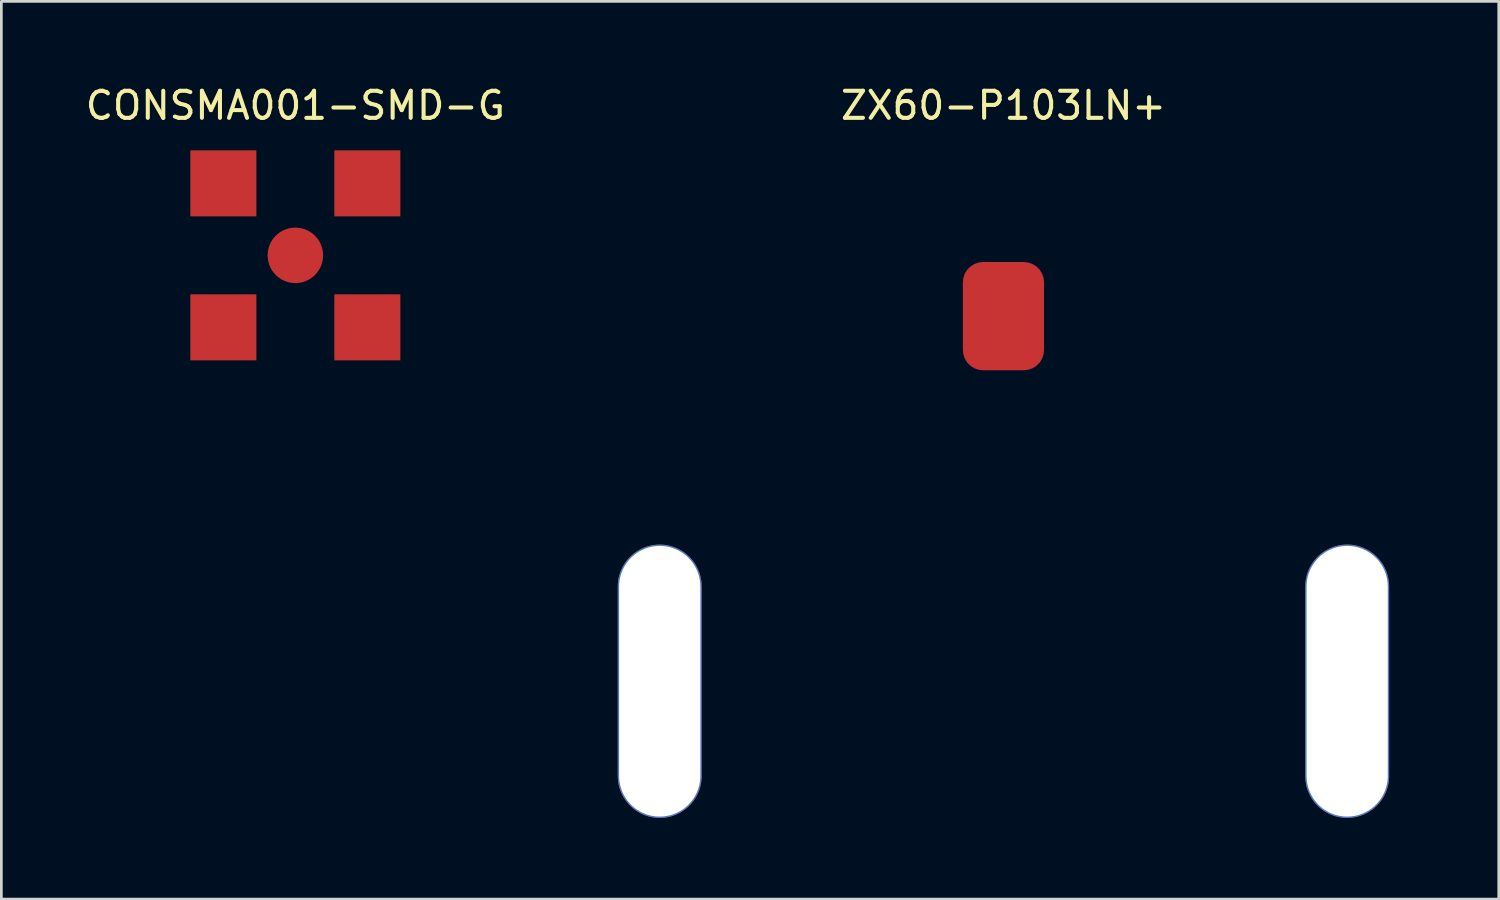
<source format=kicad_pcb>
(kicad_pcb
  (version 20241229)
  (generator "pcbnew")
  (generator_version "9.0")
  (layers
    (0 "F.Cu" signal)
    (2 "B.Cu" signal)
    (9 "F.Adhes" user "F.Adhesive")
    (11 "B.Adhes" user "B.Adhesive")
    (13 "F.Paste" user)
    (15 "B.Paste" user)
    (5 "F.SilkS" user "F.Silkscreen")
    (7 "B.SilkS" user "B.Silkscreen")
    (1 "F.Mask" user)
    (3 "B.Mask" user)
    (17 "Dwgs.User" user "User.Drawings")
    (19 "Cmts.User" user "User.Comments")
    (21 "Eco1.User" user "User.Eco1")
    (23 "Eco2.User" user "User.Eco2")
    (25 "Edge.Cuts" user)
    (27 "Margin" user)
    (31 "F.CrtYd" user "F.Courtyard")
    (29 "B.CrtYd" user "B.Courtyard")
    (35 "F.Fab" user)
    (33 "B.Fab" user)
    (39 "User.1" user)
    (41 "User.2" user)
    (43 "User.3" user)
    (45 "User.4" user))
  (footprint "CONSMA001-SMD-G"
    (layer "F.Cu")
    (at 7.863 6.385)
    (property "Reference" "CONSMA001-SMD-G" (at 0 -5.536 0) (layer "F.SilkS") (effects (font (size 1 1) (thickness 0.15))))
    (attr through_hole)
    (pad "1" smd circle (at 0 0) (size 2.05 2.05) (layers "F.Cu" "F.Mask" "F.Paste"))
    (pad "2" smd rect (at -2.66 -2.66 90) (size 2.44 2.44) (layers "F.Cu" "F.Mask" "F.Paste"))
    (pad "2" smd rect (at -2.66 2.66) (size 2.44 2.44) (layers "F.Cu" "F.Mask" "F.Paste"))
    (pad "2" smd rect (at 2.66 -2.66) (size 2.44 2.44) (layers "F.Cu" "F.Mask" "F.Paste"))
    (pad "2" smd rect (at 2.66 2.66) (size 2.44 2.44) (layers "F.Cu" "F.Mask" "F.Paste")))
  (footprint "ZX60-P103LN+"
    (layer "F.Cu")
    (at 34.026 22.121)
    (property "Reference" "ZX60-P103LN+" (at 0 -21.273 0) (layer "F.SilkS") (effects (font (size 1 1) (thickness 0.15))))
    (attr through_hole)
    (fp_poly (pts (xy -15.25 -2.5) (xy -9.55 -2.5) (xy -9.55 2.5) (xy -15.25 2.5)) (stroke (width 0.1) (type solid)) (fill yes) (layer "F.Mask"))
    (fp_poly (pts (xy 15.25 2.5) (xy 9.55 2.5) (xy 9.55 -2.5) (xy 15.25 -2.5)) (stroke (width 0.1) (type solid)) (fill yes) (layer "F.Mask"))
    (pad "1" thru_hole oval (at -12.7 0) (size 3.1 10.1) (drill oval 3 10) (layers "*.Cu" "*.Mask"))
    (pad "1" thru_hole oval (at 12.7 0) (size 3.1 10.1) (drill oval 3 10) (layers "*.Cu" "*.Mask"))
    (pad "2" smd roundrect (at 0 -13.49) (size 3 4) (layers "F.Cu" "F.Mask" "F.Paste") (roundrect_rratio 0.25)))
  (gr_rect
    (start -3 -3)
    (end 52.326 30.171)
    (stroke (width 0.1) (type default))
    (fill no)
    (layer "Edge.Cuts")))
</source>
